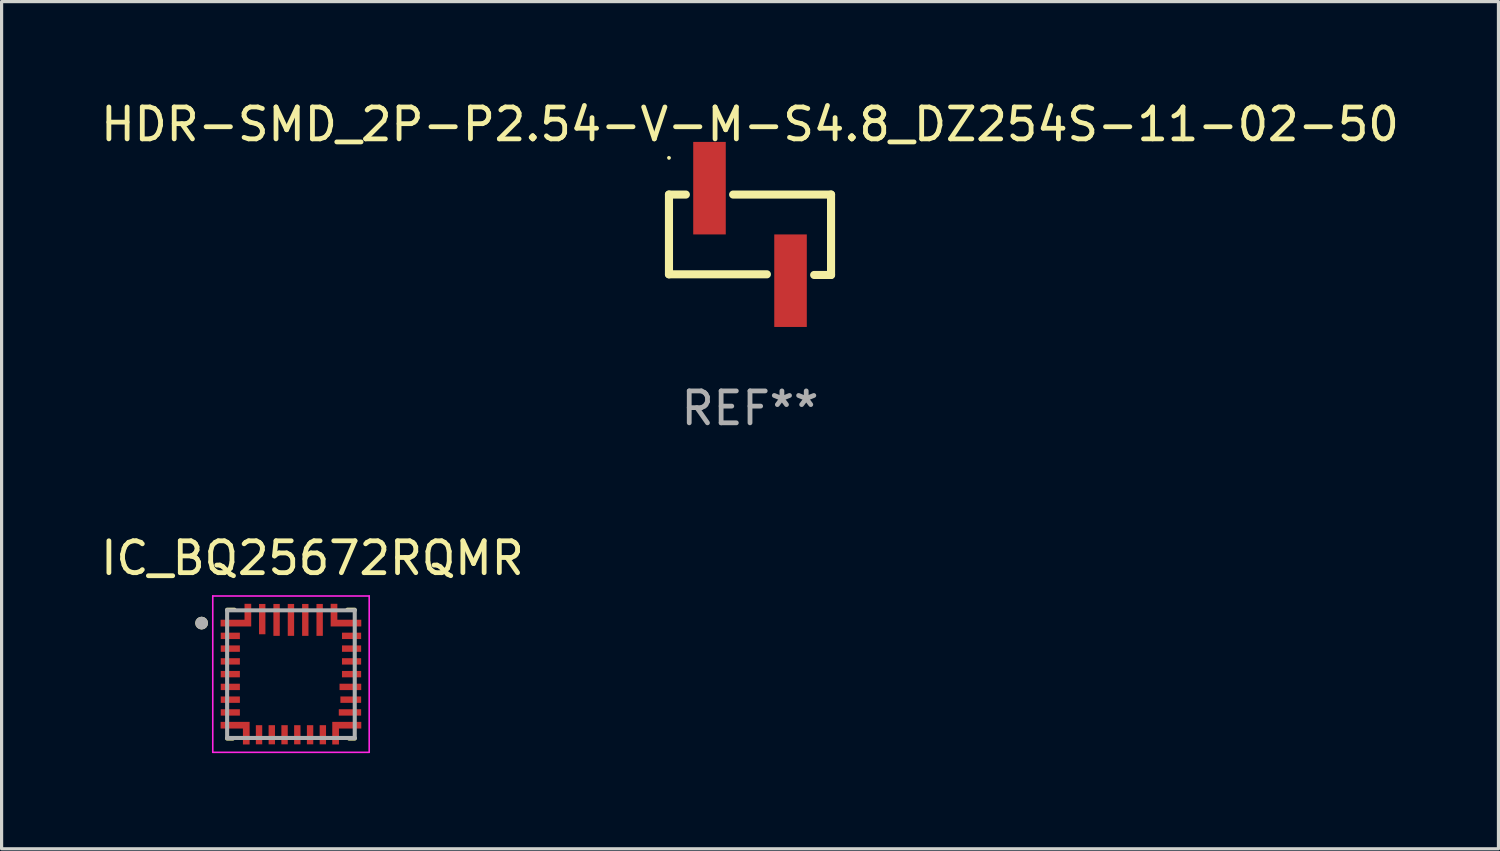
<source format=kicad_pcb>
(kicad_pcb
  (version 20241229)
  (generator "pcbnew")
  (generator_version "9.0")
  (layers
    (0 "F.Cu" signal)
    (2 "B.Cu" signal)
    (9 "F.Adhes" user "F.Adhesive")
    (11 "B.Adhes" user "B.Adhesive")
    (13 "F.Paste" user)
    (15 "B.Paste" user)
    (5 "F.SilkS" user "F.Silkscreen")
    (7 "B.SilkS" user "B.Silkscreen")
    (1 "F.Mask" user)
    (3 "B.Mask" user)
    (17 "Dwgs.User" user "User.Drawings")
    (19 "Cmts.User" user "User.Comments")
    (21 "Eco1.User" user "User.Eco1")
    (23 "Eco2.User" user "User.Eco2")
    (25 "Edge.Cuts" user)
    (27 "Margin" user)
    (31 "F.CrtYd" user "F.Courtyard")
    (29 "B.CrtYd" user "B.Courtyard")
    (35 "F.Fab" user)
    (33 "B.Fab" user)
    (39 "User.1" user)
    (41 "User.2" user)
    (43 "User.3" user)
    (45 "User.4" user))
  (footprint "HDR-SMD_2P-P2.54-V-M-S4.8_DZ254S-11-02-50"
    (layer "F.Cu")
    (at 20.458 4.298)
    (property "Reference" "HDR-SMD_2P-P2.54-V-M-S4.8_DZ254S-11-02-50" (at -0.000013 -3.45 0) (layer "F.SilkS") (effects (font (size 1 1) (thickness 0.15))))
    (attr smd)
    (fp_line (start -2.54 -1.25) (end -2.54 1.25) (stroke (width 0.254) (type solid)) (layer "F.SilkS"))
    (fp_line (start -2.011 -1.25) (end -2.54 -1.25) (stroke (width 0.254) (type solid)) (layer "F.SilkS"))
    (fp_line (start -0.529 -1.25) (end 2.54 -1.25) (stroke (width 0.254) (type solid)) (layer "F.SilkS"))
    (fp_line (start 0.529 1.25) (end -2.54 1.25) (stroke (width 0.254) (type solid)) (layer "F.SilkS"))
    (fp_line (start 2.54 -1.25) (end 2.54 1.27) (stroke (width 0.254) (type solid)) (layer "F.SilkS"))
    (fp_line (start 2.54 1.27) (end 2.011 1.27) (stroke (width 0.254) (type solid)) (layer "F.SilkS"))
    (fp_circle (center -2.54 -2.4) (end -2.51 -2.4) (stroke (width 0.06) (type solid)) (fill no) (layer "F.SilkS"))
    (fp_text user "REF**" (at -0.000013 5.45 0) (layer "F.Fab") (effects (font (size 1 1) (thickness 0.15))))
    (pad "1" smd rect (at -1.27 -1.45) (size 1.02 2.9) (layers "F.Cu" "F.Mask" "F.Paste"))
    (pad "2" smd rect (at 1.27 1.45) (size 1.02 2.9) (layers "F.Cu" "F.Mask" "F.Paste")))
  (footprint "IC_BQ25672RQMR"
    (layer "F.Cu")
    (at 6.069 18.08)
    (property "Reference" "IC_BQ25672RQMR" (at 0.675 -3.635 0) (layer "F.SilkS") (effects (font (size 1 1) (thickness 0.15))))
    (attr smd)
    (fp_poly (pts (xy -2.25 -1.35) (xy -1.55 -1.35) (xy -1.55 -1.05) (xy -2.25 -1.05)) (stroke (width 0.01) (type solid)) (fill yes) (layer "F.Mask"))
    (fp_poly (pts (xy -2.25 -0.95) (xy -1.55 -0.95) (xy -1.55 -0.65) (xy -2.25 -0.65)) (stroke (width 0.01) (type solid)) (fill yes) (layer "F.Mask"))
    (fp_poly (pts (xy -2.25 -0.55) (xy -1.55 -0.55) (xy -1.55 -0.25) (xy -2.25 -0.25)) (stroke (width 0.01) (type solid)) (fill yes) (layer "F.Mask"))
    (fp_poly (pts (xy -2.25 -0.15) (xy -1.55 -0.15) (xy -1.55 0.15) (xy -2.25 0.15)) (stroke (width 0.01) (type solid)) (fill yes) (layer "F.Mask"))
    (fp_poly (pts (xy -2.25 0.25) (xy -1.55 0.25) (xy -1.55 0.55) (xy -2.25 0.55)) (stroke (width 0.01) (type solid)) (fill yes) (layer "F.Mask"))
    (fp_poly (pts (xy -2.25 0.65) (xy -1.55 0.65) (xy -1.55 0.95) (xy -2.25 0.95)) (stroke (width 0.01) (type solid)) (fill yes) (layer "F.Mask"))
    (fp_poly (pts (xy -2.25 1.05) (xy -1.55 1.05) (xy -1.55 1.35) (xy -2.25 1.35)) (stroke (width 0.01) (type solid)) (fill yes) (layer "F.Mask"))
    (fp_poly (pts (xy -1.15 1.55) (xy -0.85 1.55) (xy -0.85 2.25) (xy -1.15 2.25)) (stroke (width 0.01) (type solid)) (fill yes) (layer "F.Mask"))
    (fp_poly (pts (xy -1.05 -2.25) (xy -0.75 -2.25) (xy -0.75 -1.2) (xy -1.05 -1.2)) (stroke (width 0.01) (type solid)) (fill yes) (layer "F.Mask"))
    (fp_poly (pts (xy -0.75 1.55) (xy -0.45 1.55) (xy -0.45 2.25) (xy -0.75 2.25)) (stroke (width 0.01) (type solid)) (fill yes) (layer "F.Mask"))
    (fp_poly (pts (xy -0.6 -2.25) (xy -0.3 -2.25) (xy -0.3 -1.15) (xy -0.6 -1.15)) (stroke (width 0.01) (type solid)) (fill yes) (layer "F.Mask"))
    (fp_poly (pts (xy -0.35 1.55) (xy -0.05 1.55) (xy -0.05 2.25) (xy -0.35 2.25)) (stroke (width 0.01) (type solid)) (fill yes) (layer "F.Mask"))
    (fp_poly (pts (xy -0.15 -2.25) (xy 0.15 -2.25) (xy 0.15 -1.15) (xy -0.15 -1.15)) (stroke (width 0.01) (type solid)) (fill yes) (layer "F.Mask"))
    (fp_poly (pts (xy 0.05 1.55) (xy 0.35 1.55) (xy 0.35 2.25) (xy 0.05 2.25)) (stroke (width 0.01) (type solid)) (fill yes) (layer "F.Mask"))
    (fp_poly (pts (xy 0.3 -2.25) (xy 0.6 -2.25) (xy 0.6 -1.15) (xy 0.3 -1.15)) (stroke (width 0.01) (type solid)) (fill yes) (layer "F.Mask"))
    (fp_poly (pts (xy 0.45 1.55) (xy 0.75 1.55) (xy 0.75 2.25) (xy 0.45 2.25)) (stroke (width 0.01) (type solid)) (fill yes) (layer "F.Mask"))
    (fp_poly (pts (xy 0.75 -2.25) (xy 1.05 -2.25) (xy 1.05 -1.15) (xy 0.75 -1.15)) (stroke (width 0.01) (type solid)) (fill yes) (layer "F.Mask"))
    (fp_poly (pts (xy 0.85 1.55) (xy 1.15 1.55) (xy 1.15 2.25) (xy 0.85 2.25)) (stroke (width 0.01) (type solid)) (fill yes) (layer "F.Mask"))
    (fp_poly (pts (xy 1.45 1.05) (xy 2.25 1.05) (xy 2.25 1.35) (xy 1.45 1.35)) (stroke (width 0.01) (type solid)) (fill yes) (layer "F.Mask"))
    (fp_poly (pts (xy 1.472 0.25) (xy 2.252 0.25) (xy 2.252 0.55) (xy 1.472 0.55)) (stroke (width 0.01) (type solid)) (fill yes) (layer "F.Mask"))
    (fp_poly (pts (xy 1.5 0.65) (xy 2.25 0.65) (xy 2.25 0.95) (xy 1.5 0.95)) (stroke (width 0.01) (type solid)) (fill yes) (layer "F.Mask"))
    (fp_poly (pts (xy 1.55 -1.35) (xy 2.25 -1.35) (xy 2.25 -1.05) (xy 1.55 -1.05)) (stroke (width 0.01) (type solid)) (fill yes) (layer "F.Mask"))
    (fp_poly (pts (xy 1.55 -0.95) (xy 2.25 -0.95) (xy 2.25 -0.65) (xy 1.55 -0.65)) (stroke (width 0.01) (type solid)) (fill yes) (layer "F.Mask"))
    (fp_poly (pts (xy 1.55 -0.55) (xy 2.25 -0.55) (xy 2.25 -0.25) (xy 1.55 -0.25)) (stroke (width 0.01) (type solid)) (fill yes) (layer "F.Mask"))
    (fp_poly (pts (xy 1.55 -0.15) (xy 2.25 -0.15) (xy 2.25 0.15) (xy 1.55 0.15)) (stroke (width 0.01) (type solid)) (fill yes) (layer "F.Mask"))
    (fp_poly (pts (xy 1.55 -0.15) (xy 2.25 -0.15) (xy 2.25 0.15) (xy 1.55 0.15)) (stroke (width 0.01) (type solid)) (fill yes) (layer "F.Mask"))
    (fp_poly (pts (xy -2.25 -1.75) (xy -1.5 -1.75) (xy -1.5 -2.25) (xy -1.2 -2.25) (xy -1.2 -1.45) (xy -2.25 -1.45)) (stroke (width 0.01) (type solid)) (fill yes) (layer "F.Mask"))
    (fp_poly (pts (xy -2.25 1.45) (xy -1.25 1.45) (xy -1.25 2.25) (xy -1.55 2.25) (xy -1.55 1.75) (xy -2.25 1.75)) (stroke (width 0.01) (type solid)) (fill yes) (layer "F.Mask"))
    (fp_poly (pts (xy 2.25 -1.75) (xy 1.5 -1.75) (xy 1.5 -2.25) (xy 1.2 -2.25) (xy 1.2 -1.45) (xy 2.25 -1.45)) (stroke (width 0.01) (type solid)) (fill yes) (layer "F.Mask"))
    (fp_poly (pts (xy 2.25 1.45) (xy 1.25 1.45) (xy 1.25 2.25) (xy 1.55 2.25) (xy 1.55 1.75) (xy 2.25 1.75)) (stroke (width 0.01) (type solid)) (fill yes) (layer "F.Mask"))
    (fp_line (start -1.82 2.02) (end -2 2.02) (stroke (width 0.127) (type solid)) (layer "F.SilkS"))
    (fp_line (start -1.77 -2.02) (end -2 -2.02) (stroke (width 0.127) (type solid)) (layer "F.SilkS"))
    (fp_line (start 1.77 -2.02) (end 2 -2.02) (stroke (width 0.127) (type solid)) (layer "F.SilkS"))
    (fp_line (start 1.82 2.02) (end 2 2.02) (stroke (width 0.127) (type solid)) (layer "F.SilkS"))
    (fp_circle (center -2.8 -1.6) (end -2.7 -1.6) (stroke (width 0.2) (type solid)) (fill no) (layer "F.SilkS"))
    (fp_poly (pts (xy -2.2 -1.7) (xy -1.45 -1.7) (xy -1.45 -2.2) (xy -1.25 -2.2) (xy -1.25 -1.5) (xy -2.2 -1.5)) (stroke (width 0.01) (type solid)) (fill yes) (layer "F.Paste"))
    (fp_poly (pts (xy -2.2 1.5) (xy -1.3 1.5) (xy -1.3 2.2) (xy -1.5 2.2) (xy -1.5 1.7) (xy -2.2 1.7)) (stroke (width 0.01) (type solid)) (fill yes) (layer "F.Paste"))
    (fp_poly (pts (xy 2.2 -1.7) (xy 1.45 -1.7) (xy 1.45 -2.2) (xy 1.25 -2.2) (xy 1.25 -1.5) (xy 2.2 -1.5)) (stroke (width 0.01) (type solid)) (fill yes) (layer "F.Paste"))
    (fp_poly (pts (xy 2.2 1.5) (xy 1.3 1.5) (xy 1.3 2.2) (xy 1.5 2.2) (xy 1.5 1.7) (xy 2.2 1.7)) (stroke (width 0.01) (type solid)) (fill yes) (layer "F.Paste"))
    (fp_line (start -2.45 -2.45) (end -2.45 2.45) (stroke (width 0.05) (type solid)) (layer "F.CrtYd"))
    (fp_line (start -2.45 2.45) (end 2.453 2.45) (stroke (width 0.05) (type solid)) (layer "F.CrtYd"))
    (fp_line (start 2.453 -2.45) (end -2.45 -2.45) (stroke (width 0.05) (type solid)) (layer "F.CrtYd"))
    (fp_line (start 2.453 2.45) (end 2.453 -2.45) (stroke (width 0.05) (type solid)) (layer "F.CrtYd"))
    (fp_line (start -2 -2) (end 2 -2) (stroke (width 0.127) (type solid)) (layer "F.Fab"))
    (fp_line (start -2 2) (end -2 -2) (stroke (width 0.127) (type solid)) (layer "F.Fab"))
    (fp_line (start 2 -2) (end 2 2) (stroke (width 0.127) (type solid)) (layer "F.Fab"))
    (fp_line (start 2 2) (end -2 2) (stroke (width 0.127) (type solid)) (layer "F.Fab"))
    (fp_circle (center -2.8 -1.6) (end -2.7 -1.6) (stroke (width 0.2) (type solid)) (fill no) (layer "F.Fab"))
    (pad "1" smd custom (at -1.9 -1.6) (size 0.55 0.15) (layers "F.Cu") (options (anchor rect)) (primitives (gr_poly (pts (xy -0.3 -0.1) (xy 0.45 -0.1) (xy 0.45 -0.6) (xy 0.65 -0.6) (xy 0.65 0.1) (xy -0.3 0.1)) (width 0.01) (fill yes))))
    (pad "2" smd rect (at -1.9 -1.2) (size 0.6 0.2) (layers "F.Cu" "F.Paste"))
    (pad "3" smd rect (at -1.9 -0.8) (size 0.6 0.2) (layers "F.Cu" "F.Paste"))
    (pad "4" smd rect (at -1.9 -0.4) (size 0.6 0.2) (layers "F.Cu" "F.Paste"))
    (pad "5" smd rect (at -1.9 0) (size 0.6 0.2) (layers "F.Cu" "F.Paste"))
    (pad "6" smd rect (at -1.9 0.4) (size 0.6 0.2) (layers "F.Cu" "F.Paste"))
    (pad "7" smd rect (at -1.9 0.8) (size 0.6 0.2) (layers "F.Cu" "F.Paste"))
    (pad "8" smd rect (at -1.9 1.2) (size 0.6 0.2) (layers "F.Cu" "F.Paste"))
    (pad "9" smd custom (at -1.9 1.6) (size 0.55 0.15) (layers "F.Cu") (options (anchor rect)) (primitives (gr_poly (pts (xy -0.3 -0.1) (xy 0.6 -0.1) (xy 0.6 0.6) (xy 0.4 0.6) (xy 0.4 0.1) (xy -0.3 0.1)) (width 0.01) (fill yes))))
    (pad "10" smd rect (at -1 1.9) (size 0.2 0.6) (layers "F.Cu" "F.Paste"))
    (pad "11" smd rect (at -0.6 1.9) (size 0.2 0.6) (layers "F.Cu" "F.Paste"))
    (pad "12" smd rect (at -0.2 1.9) (size 0.2 0.6) (layers "F.Cu" "F.Paste"))
    (pad "13" smd rect (at 0.2 1.9) (size 0.2 0.6) (layers "F.Cu" "F.Paste"))
    (pad "14" smd rect (at 0.6 1.9) (size 0.2 0.6) (layers "F.Cu" "F.Paste"))
    (pad "15" smd rect (at 1 1.9) (size 0.2 0.6) (layers "F.Cu" "F.Paste"))
    (pad "16" smd custom (at 1.9 1.6) (size 0.55 0.15) (layers "F.Cu") (options (anchor rect)) (primitives (gr_poly (pts (xy 0.3 -0.1) (xy -0.6 -0.1) (xy -0.6 0.6) (xy -0.4 0.6) (xy -0.4 0.1) (xy 0.3 0.1)) (width 0.01) (fill yes))))
    (pad "17" smd rect (at 1.85 1.2) (size 0.7 0.2) (layers "F.Cu" "F.Paste"))
    (pad "18" smd rect (at 1.875 0.8) (size 0.65 0.2) (layers "F.Cu" "F.Paste"))
    (pad "19" smd rect (at 1.863 0.4) (size 0.68 0.2) (layers "F.Cu" "F.Paste"))
    (pad "20" smd rect (at 1.9 0) (size 0.6 0.2) (layers "F.Cu" "F.Paste"))
    (pad "21" smd rect (at 1.9 -0.4) (size 0.6 0.2) (layers "F.Cu" "F.Paste"))
    (pad "22" smd rect (at 1.9 -0.8) (size 0.6 0.2) (layers "F.Cu" "F.Paste"))
    (pad "23" smd rect (at 1.9 -1.2) (size 0.6 0.2) (layers "F.Cu" "F.Paste"))
    (pad "24" smd custom (at 1.9 -1.6) (size 0.55 0.15) (layers "F.Cu") (options (anchor rect)) (primitives (gr_poly (pts (xy 0.3 -0.1) (xy -0.45 -0.1) (xy -0.45 -0.6) (xy -0.65 -0.6) (xy -0.65 0.1) (xy 0.3 0.1)) (width 0.01) (fill yes))))
    (pad "25" smd rect (at 0.9 -1.7) (size 0.2 1) (layers "F.Cu" "F.Paste"))
    (pad "26" smd rect (at 0.45 -1.7) (size 0.2 1) (layers "F.Cu" "F.Paste"))
    (pad "27" smd rect (at 0 -1.7) (size 0.2 1) (layers "F.Cu" "F.Paste"))
    (pad "28" smd rect (at -0.45 -1.7) (size 0.2 1) (layers "F.Cu" "F.Paste"))
    (pad "29" smd rect (at -0.9 -1.725) (size 0.2 0.95) (layers "F.Cu" "F.Paste")))
  (gr_rect
    (start -3 -3)
    (end 43.917 23.555)
    (stroke (width 0.1) (type default))
    (fill no)
    (layer "Edge.Cuts")))
</source>
